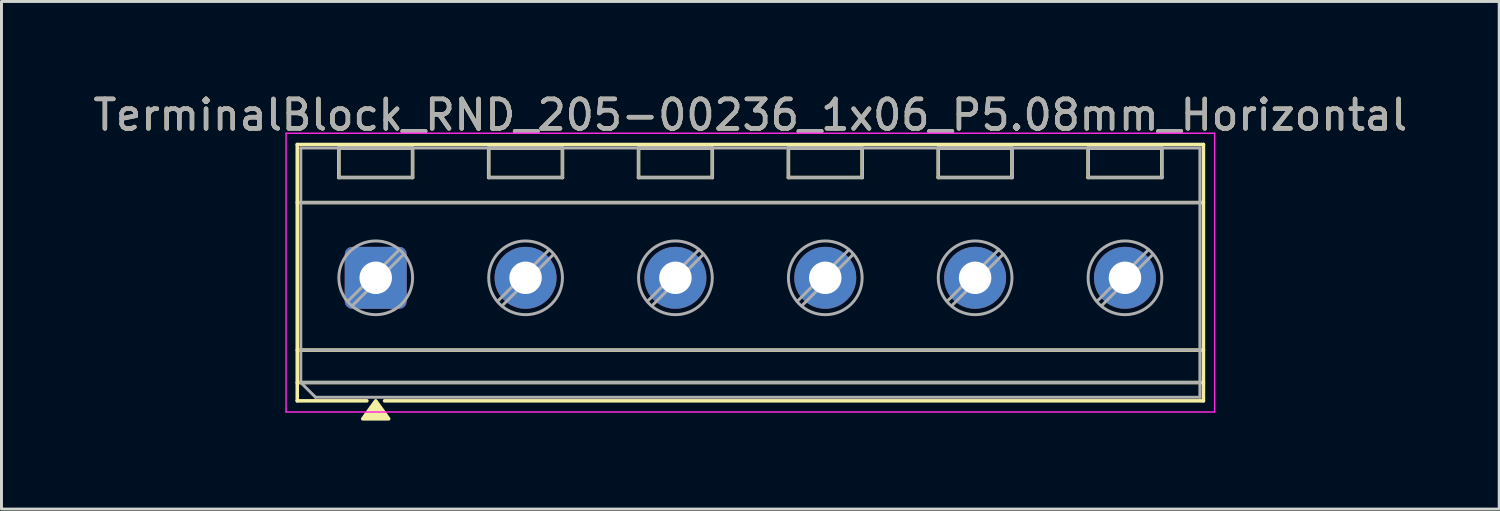
<source format=kicad_pcb>
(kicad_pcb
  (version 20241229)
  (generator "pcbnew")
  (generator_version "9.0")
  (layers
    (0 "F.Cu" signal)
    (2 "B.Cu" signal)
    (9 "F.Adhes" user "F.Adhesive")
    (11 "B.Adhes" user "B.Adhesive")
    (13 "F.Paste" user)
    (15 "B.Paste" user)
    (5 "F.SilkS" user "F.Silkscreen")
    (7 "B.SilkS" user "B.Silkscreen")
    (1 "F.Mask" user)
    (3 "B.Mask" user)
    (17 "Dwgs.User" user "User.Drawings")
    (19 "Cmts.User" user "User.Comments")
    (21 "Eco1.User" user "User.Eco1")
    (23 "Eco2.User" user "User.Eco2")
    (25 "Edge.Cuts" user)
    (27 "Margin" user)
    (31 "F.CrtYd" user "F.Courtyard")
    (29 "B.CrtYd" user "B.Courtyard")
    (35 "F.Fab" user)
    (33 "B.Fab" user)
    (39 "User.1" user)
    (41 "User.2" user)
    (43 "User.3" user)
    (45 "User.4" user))
  (footprint "TerminalBlock_RND_205-00236_1x06_P5.08mm_Horizontal"
    (layer "F.Cu")
    (at 9.687 6.368)
    (property "Reference" "TerminalBlock_RND_205-00236_1x06_P5.08mm_Horizontal" (at 12.7 -5.52 0) (layer "F.SilkS") (effects (font (size 1 1) (thickness 0.15))))
    (attr through_hole)
    (fp_line (start -2.66 -4.52) (end 28.06 -4.52) (stroke (width 0.12) (type solid)) (layer "F.SilkS"))
    (fp_line (start -2.66 -2.55) (end 28.06 -2.55) (stroke (width 0.12) (type solid)) (layer "F.SilkS"))
    (fp_line (start -2.66 2.45) (end 28.06 2.45) (stroke (width 0.12) (type solid)) (layer "F.SilkS"))
    (fp_line (start -2.66 3.55) (end 28.06 3.55) (stroke (width 0.12) (type solid)) (layer "F.SilkS"))
    (fp_line (start -2.66 4.17) (end -2.66 -4.52) (stroke (width 0.12) (type solid)) (layer "F.SilkS"))
    (fp_line (start -1.25 -4.4) (end 1.25 -4.4) (stroke (width 0.12) (type solid)) (layer "F.SilkS"))
    (fp_line (start -1.25 -3.4) (end -1.25 -4.4) (stroke (width 0.12) (type solid)) (layer "F.SilkS"))
    (fp_line (start -0.3 4.17) (end -2.66 4.17) (stroke (width 0.12) (type solid)) (layer "F.SilkS"))
    (fp_line (start 1.25 -4.4) (end 1.25 -3.4) (stroke (width 0.12) (type solid)) (layer "F.SilkS"))
    (fp_line (start 1.25 -3.4) (end -1.25 -3.4) (stroke (width 0.12) (type solid)) (layer "F.SilkS"))
    (fp_line (start 3.83 -4.4) (end 6.33 -4.4) (stroke (width 0.12) (type solid)) (layer "F.SilkS"))
    (fp_line (start 3.83 -3.4) (end 3.83 -4.4) (stroke (width 0.12) (type solid)) (layer "F.SilkS"))
    (fp_line (start 6.33 -4.4) (end 6.33 -3.4) (stroke (width 0.12) (type solid)) (layer "F.SilkS"))
    (fp_line (start 6.33 -3.4) (end 3.83 -3.4) (stroke (width 0.12) (type solid)) (layer "F.SilkS"))
    (fp_line (start 8.91 -4.4) (end 11.41 -4.4) (stroke (width 0.12) (type solid)) (layer "F.SilkS"))
    (fp_line (start 8.91 -3.4) (end 8.91 -4.4) (stroke (width 0.12) (type solid)) (layer "F.SilkS"))
    (fp_line (start 11.41 -4.4) (end 11.41 -3.4) (stroke (width 0.12) (type solid)) (layer "F.SilkS"))
    (fp_line (start 11.41 -3.4) (end 8.91 -3.4) (stroke (width 0.12) (type solid)) (layer "F.SilkS"))
    (fp_line (start 13.99 -4.4) (end 16.49 -4.4) (stroke (width 0.12) (type solid)) (layer "F.SilkS"))
    (fp_line (start 13.99 -3.4) (end 13.99 -4.4) (stroke (width 0.12) (type solid)) (layer "F.SilkS"))
    (fp_line (start 16.49 -4.4) (end 16.49 -3.4) (stroke (width 0.12) (type solid)) (layer "F.SilkS"))
    (fp_line (start 16.49 -3.4) (end 13.99 -3.4) (stroke (width 0.12) (type solid)) (layer "F.SilkS"))
    (fp_line (start 19.07 -4.4) (end 21.57 -4.4) (stroke (width 0.12) (type solid)) (layer "F.SilkS"))
    (fp_line (start 19.07 -3.4) (end 19.07 -4.4) (stroke (width 0.12) (type solid)) (layer "F.SilkS"))
    (fp_line (start 21.57 -4.4) (end 21.57 -3.4) (stroke (width 0.12) (type solid)) (layer "F.SilkS"))
    (fp_line (start 21.57 -3.4) (end 19.07 -3.4) (stroke (width 0.12) (type solid)) (layer "F.SilkS"))
    (fp_line (start 24.15 -4.4) (end 26.65 -4.4) (stroke (width 0.12) (type solid)) (layer "F.SilkS"))
    (fp_line (start 24.15 -3.4) (end 24.15 -4.4) (stroke (width 0.12) (type solid)) (layer "F.SilkS"))
    (fp_line (start 26.65 -4.4) (end 26.65 -3.4) (stroke (width 0.12) (type solid)) (layer "F.SilkS"))
    (fp_line (start 26.65 -3.4) (end 24.15 -3.4) (stroke (width 0.12) (type solid)) (layer "F.SilkS"))
    (fp_line (start 28.06 -4.52) (end 28.06 4.17) (stroke (width 0.12) (type solid)) (layer "F.SilkS"))
    (fp_line (start 28.06 4.17) (end 0.3 4.17) (stroke (width 0.12) (type solid)) (layer "F.SilkS"))
    (fp_poly (pts (xy 0 4.17) (xy 0.44 4.78) (xy -0.44 4.78)) (stroke (width 0.12) (type solid)) (fill yes) (layer "F.SilkS"))
    (fp_line (start -3.04 -4.9) (end -3.04 4.55) (stroke (width 0.05) (type solid)) (layer "F.CrtYd"))
    (fp_line (start -3.04 4.55) (end 28.44 4.55) (stroke (width 0.05) (type solid)) (layer "F.CrtYd"))
    (fp_line (start 28.44 -4.9) (end -3.04 -4.9) (stroke (width 0.05) (type solid)) (layer "F.CrtYd"))
    (fp_line (start 28.44 4.55) (end 28.44 -4.9) (stroke (width 0.05) (type solid)) (layer "F.CrtYd"))
    (fp_line (start -2.54 -4.4) (end 27.94 -4.4) (stroke (width 0.1) (type solid)) (layer "F.Fab"))
    (fp_line (start -2.54 -2.55) (end 27.94 -2.55) (stroke (width 0.1) (type solid)) (layer "F.Fab"))
    (fp_line (start -2.54 2.45) (end 27.94 2.45) (stroke (width 0.1) (type solid)) (layer "F.Fab"))
    (fp_line (start -2.54 3.55) (end -2.54 -4.4) (stroke (width 0.1) (type solid)) (layer "F.Fab"))
    (fp_line (start -2.54 3.55) (end 27.94 3.55) (stroke (width 0.1) (type solid)) (layer "F.Fab"))
    (fp_line (start -2.04 4.05) (end -2.54 3.55) (stroke (width 0.1) (type solid)) (layer "F.Fab"))
    (fp_line (start -1.25 -4.4) (end -1.25 -3.4) (stroke (width 0.1) (type solid)) (layer "F.Fab"))
    (fp_line (start -1.25 -3.4) (end 1.25 -3.4) (stroke (width 0.1) (type solid)) (layer "F.Fab"))
    (fp_line (start 0.795 -0.948) (end -0.948 0.795) (stroke (width 0.1) (type solid)) (layer "F.Fab"))
    (fp_line (start 0.948 -0.795) (end -0.795 0.948) (stroke (width 0.1) (type solid)) (layer "F.Fab"))
    (fp_line (start 1.25 -4.4) (end -1.25 -4.4) (stroke (width 0.1) (type solid)) (layer "F.Fab"))
    (fp_line (start 1.25 -3.4) (end 1.25 -4.4) (stroke (width 0.1) (type solid)) (layer "F.Fab"))
    (fp_line (start 3.83 -4.4) (end 3.83 -3.4) (stroke (width 0.1) (type solid)) (layer "F.Fab"))
    (fp_line (start 3.83 -3.4) (end 6.33 -3.4) (stroke (width 0.1) (type solid)) (layer "F.Fab"))
    (fp_line (start 5.875 -0.948) (end 4.132 0.795) (stroke (width 0.1) (type solid)) (layer "F.Fab"))
    (fp_line (start 6.028 -0.795) (end 4.285 0.948) (stroke (width 0.1) (type solid)) (layer "F.Fab"))
    (fp_line (start 6.33 -4.4) (end 3.83 -4.4) (stroke (width 0.1) (type solid)) (layer "F.Fab"))
    (fp_line (start 6.33 -3.4) (end 6.33 -4.4) (stroke (width 0.1) (type solid)) (layer "F.Fab"))
    (fp_line (start 8.91 -4.4) (end 8.91 -3.4) (stroke (width 0.1) (type solid)) (layer "F.Fab"))
    (fp_line (start 8.91 -3.4) (end 11.41 -3.4) (stroke (width 0.1) (type solid)) (layer "F.Fab"))
    (fp_line (start 10.955 -0.948) (end 9.212 0.795) (stroke (width 0.1) (type solid)) (layer "F.Fab"))
    (fp_line (start 11.108 -0.795) (end 9.365 0.948) (stroke (width 0.1) (type solid)) (layer "F.Fab"))
    (fp_line (start 11.41 -4.4) (end 8.91 -4.4) (stroke (width 0.1) (type solid)) (layer "F.Fab"))
    (fp_line (start 11.41 -3.4) (end 11.41 -4.4) (stroke (width 0.1) (type solid)) (layer "F.Fab"))
    (fp_line (start 13.99 -4.4) (end 13.99 -3.4) (stroke (width 0.1) (type solid)) (layer "F.Fab"))
    (fp_line (start 13.99 -3.4) (end 16.49 -3.4) (stroke (width 0.1) (type solid)) (layer "F.Fab"))
    (fp_line (start 16.035 -0.948) (end 14.292 0.795) (stroke (width 0.1) (type solid)) (layer "F.Fab"))
    (fp_line (start 16.188 -0.795) (end 14.445 0.948) (stroke (width 0.1) (type solid)) (layer "F.Fab"))
    (fp_line (start 16.49 -4.4) (end 13.99 -4.4) (stroke (width 0.1) (type solid)) (layer "F.Fab"))
    (fp_line (start 16.49 -3.4) (end 16.49 -4.4) (stroke (width 0.1) (type solid)) (layer "F.Fab"))
    (fp_line (start 19.07 -4.4) (end 19.07 -3.4) (stroke (width 0.1) (type solid)) (layer "F.Fab"))
    (fp_line (start 19.07 -3.4) (end 21.57 -3.4) (stroke (width 0.1) (type solid)) (layer "F.Fab"))
    (fp_line (start 21.115 -0.948) (end 19.372 0.795) (stroke (width 0.1) (type solid)) (layer "F.Fab"))
    (fp_line (start 21.268 -0.795) (end 19.525 0.948) (stroke (width 0.1) (type solid)) (layer "F.Fab"))
    (fp_line (start 21.57 -4.4) (end 19.07 -4.4) (stroke (width 0.1) (type solid)) (layer "F.Fab"))
    (fp_line (start 21.57 -3.4) (end 21.57 -4.4) (stroke (width 0.1) (type solid)) (layer "F.Fab"))
    (fp_line (start 24.15 -4.4) (end 24.15 -3.4) (stroke (width 0.1) (type solid)) (layer "F.Fab"))
    (fp_line (start 24.15 -3.4) (end 26.65 -3.4) (stroke (width 0.1) (type solid)) (layer "F.Fab"))
    (fp_line (start 26.195 -0.948) (end 24.452 0.795) (stroke (width 0.1) (type solid)) (layer "F.Fab"))
    (fp_line (start 26.348 -0.795) (end 24.605 0.948) (stroke (width 0.1) (type solid)) (layer "F.Fab"))
    (fp_line (start 26.65 -4.4) (end 24.15 -4.4) (stroke (width 0.1) (type solid)) (layer "F.Fab"))
    (fp_line (start 26.65 -3.4) (end 26.65 -4.4) (stroke (width 0.1) (type solid)) (layer "F.Fab"))
    (fp_line (start 27.94 -4.4) (end 27.94 4.05) (stroke (width 0.1) (type solid)) (layer "F.Fab"))
    (fp_line (start 27.94 4.05) (end -2.04 4.05) (stroke (width 0.1) (type solid)) (layer "F.Fab"))
    (fp_circle (center 0 0) (end 1.25 0) (stroke (width 0.1) (type solid)) (fill no) (layer "F.Fab"))
    (fp_circle (center 5.08 0) (end 6.33 0) (stroke (width 0.1) (type solid)) (fill no) (layer "F.Fab"))
    (fp_circle (center 10.16 0) (end 11.41 0) (stroke (width 0.1) (type solid)) (fill no) (layer "F.Fab"))
    (fp_circle (center 15.24 0) (end 16.49 0) (stroke (width 0.1) (type solid)) (fill no) (layer "F.Fab"))
    (fp_circle (center 20.32 0) (end 21.57 0) (stroke (width 0.1) (type solid)) (fill no) (layer "F.Fab"))
    (fp_circle (center 25.4 0) (end 26.65 0) (stroke (width 0.1) (type solid)) (fill no) (layer "F.Fab"))
    (fp_text user "${REFERENCE}" (at 12.7 -5.52 0) (layer "F.Fab") (effects (font (size 1 1) (thickness 0.15))))
    (pad "1" thru_hole roundrect (at 0 0) (size 2.1 2.1) (drill 1.1) (layers "*.Cu" "*.Mask") (roundrect_rratio 0.119))
    (pad "2" thru_hole circle (at 5.08 0) (size 2.1 2.1) (drill 1.1) (layers "*.Cu" "*.Mask"))
    (pad "3" thru_hole circle (at 10.16 0) (size 2.1 2.1) (drill 1.1) (layers "*.Cu" "*.Mask"))
    (pad "4" thru_hole circle (at 15.24 0) (size 2.1 2.1) (drill 1.1) (layers "*.Cu" "*.Mask"))
    (pad "5" thru_hole circle (at 20.32 0) (size 2.1 2.1) (drill 1.1) (layers "*.Cu" "*.Mask"))
    (pad "6" thru_hole circle (at 25.4 0) (size 2.1 2.1) (drill 1.1) (layers "*.Cu" "*.Mask")))
  (gr_rect
    (start -3 -3)
    (end 47.774 14.208)
    (stroke (width 0.1) (type default))
    (fill no)
    (layer "Edge.Cuts")))
</source>
